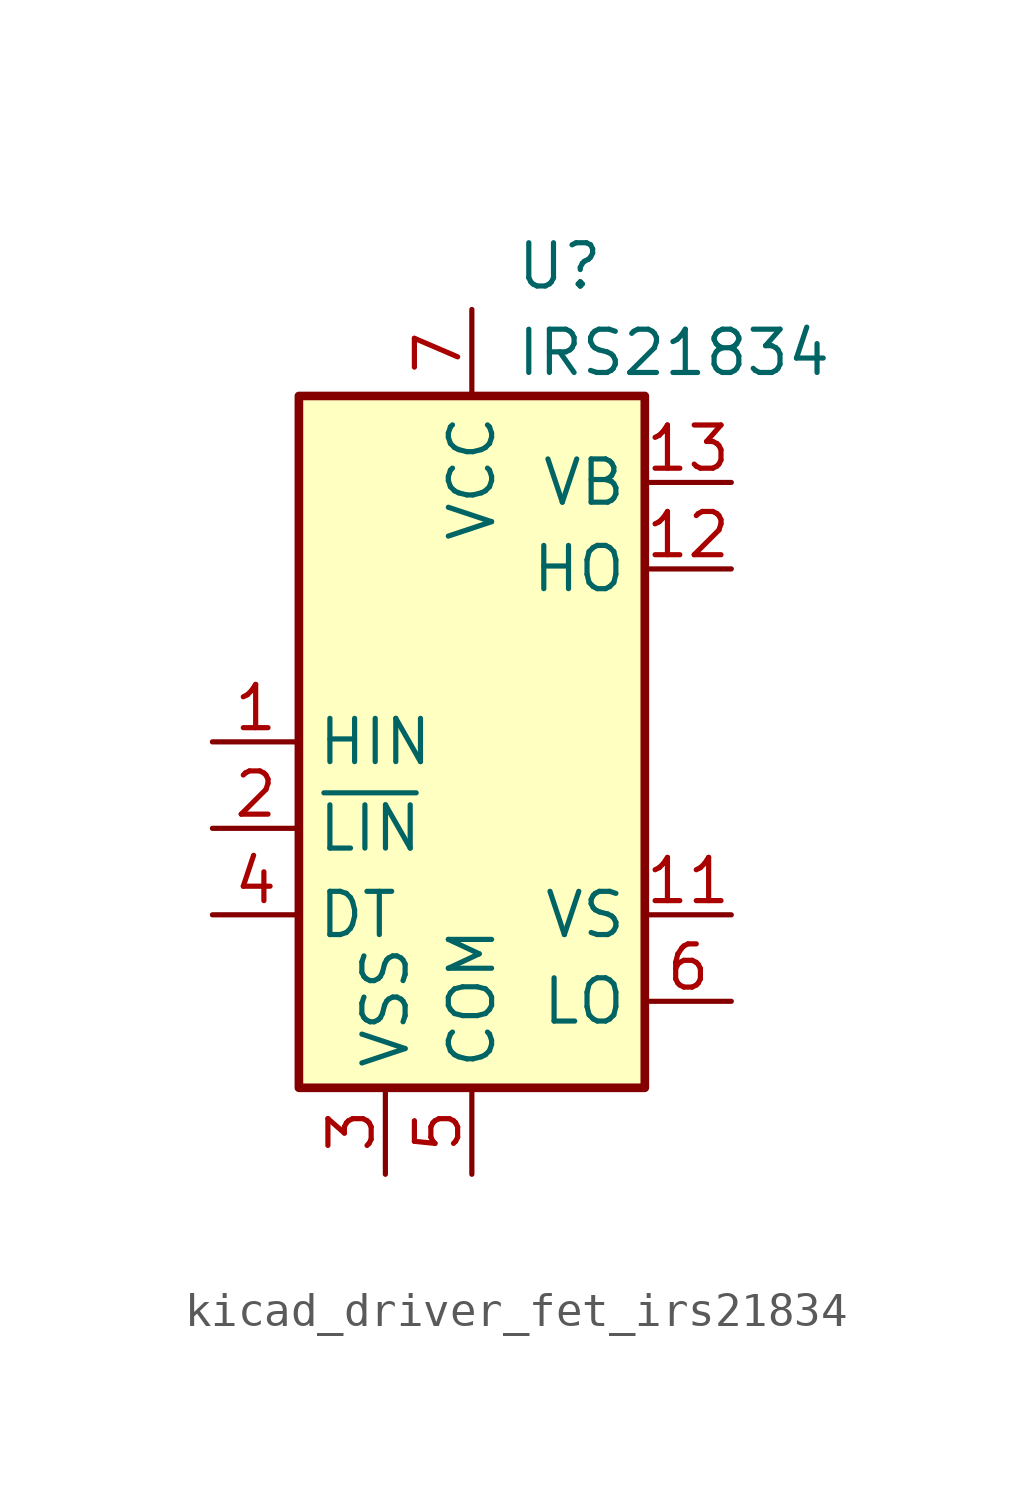
<source format=kicad_sym>
(kicad_symbol_lib
  (version 20220914)
  (generator kicad_symbol_editor)
  (symbol "kicad_driver_fet_irs21834"
    (property "Reference" "U"
      (at 1.27 13.97 0)
      (effects (font (size 1.27 1.27)) (justify left)))
    (property "Value" "IRS21834"
      (at 1.27 11.43 0)
      (effects (font (size 1.27 1.27)) (justify left)))
    (symbol "kicad_driver_fet_irs21834_0_1"
      (rectangle (start -5.08 -10.16) (end 5.08 10.16) (stroke (width 0.254) (type default)) (fill (type background))))
    (symbol "kicad_driver_fet_irs21834_1_1"
      (pin input line (at -7.62 0 0) (length 2.54) (name "HIN" (effects (font (size 1.27 1.27)))) (number "1" (effects (font (size 1.27 1.27)))))
      (pin no_connect line (at -5.08 2.54 0) (length 2.54) hide (name "NC" (effects (font (size 1.27 1.27)))) (number "10" (effects (font (size 1.27 1.27)))))
      (pin passive line (at 7.62 -5.08 180) (length 2.54) (name "VS" (effects (font (size 1.27 1.27)))) (number "11" (effects (font (size 1.27 1.27)))))
      (pin output line (at 7.62 5.08 180) (length 2.54) (name "HO" (effects (font (size 1.27 1.27)))) (number "12" (effects (font (size 1.27 1.27)))))
      (pin passive line (at 7.62 7.62 180) (length 2.54) (name "VB" (effects (font (size 1.27 1.27)))) (number "13" (effects (font (size 1.27 1.27)))))
      (pin no_connect line (at 5.08 2.54 180) (length 2.54) hide (name "NC" (effects (font (size 1.27 1.27)))) (number "14" (effects (font (size 1.27 1.27)))))
      (pin input line (at -7.62 -2.54 0) (length 2.54) (name "~{LIN}" (effects (font (size 1.27 1.27)))) (number "2" (effects (font (size 1.27 1.27)))))
      (pin power_in line (at -2.54 -12.7 90) (length 2.54) (name "VSS" (effects (font (size 1.27 1.27)))) (number "3" (effects (font (size 1.27 1.27)))))
      (pin input line (at -7.62 -5.08 0) (length 2.54) (name "DT" (effects (font (size 1.27 1.27)))) (number "4" (effects (font (size 1.27 1.27)))))
      (pin power_in line (at 0 -12.7 90) (length 2.54) (name "COM" (effects (font (size 1.27 1.27)))) (number "5" (effects (font (size 1.27 1.27)))))
      (pin output line (at 7.62 -7.62 180) (length 2.54) (name "LO" (effects (font (size 1.27 1.27)))) (number "6" (effects (font (size 1.27 1.27)))))
      (pin power_in line (at 0 12.7 270) (length 2.54) (name "VCC" (effects (font (size 1.27 1.27)))) (number "7" (effects (font (size 1.27 1.27)))))
      (pin no_connect line (at -5.08 7.62 0) (length 2.54) hide (name "NC" (effects (font (size 1.27 1.27)))) (number "8" (effects (font (size 1.27 1.27)))))
      (pin no_connect line (at -5.08 5.08 0) (length 2.54) hide (name "NC" (effects (font (size 1.27 1.27)))) (number "9" (effects (font (size 1.27 1.27))))))))
</source>
